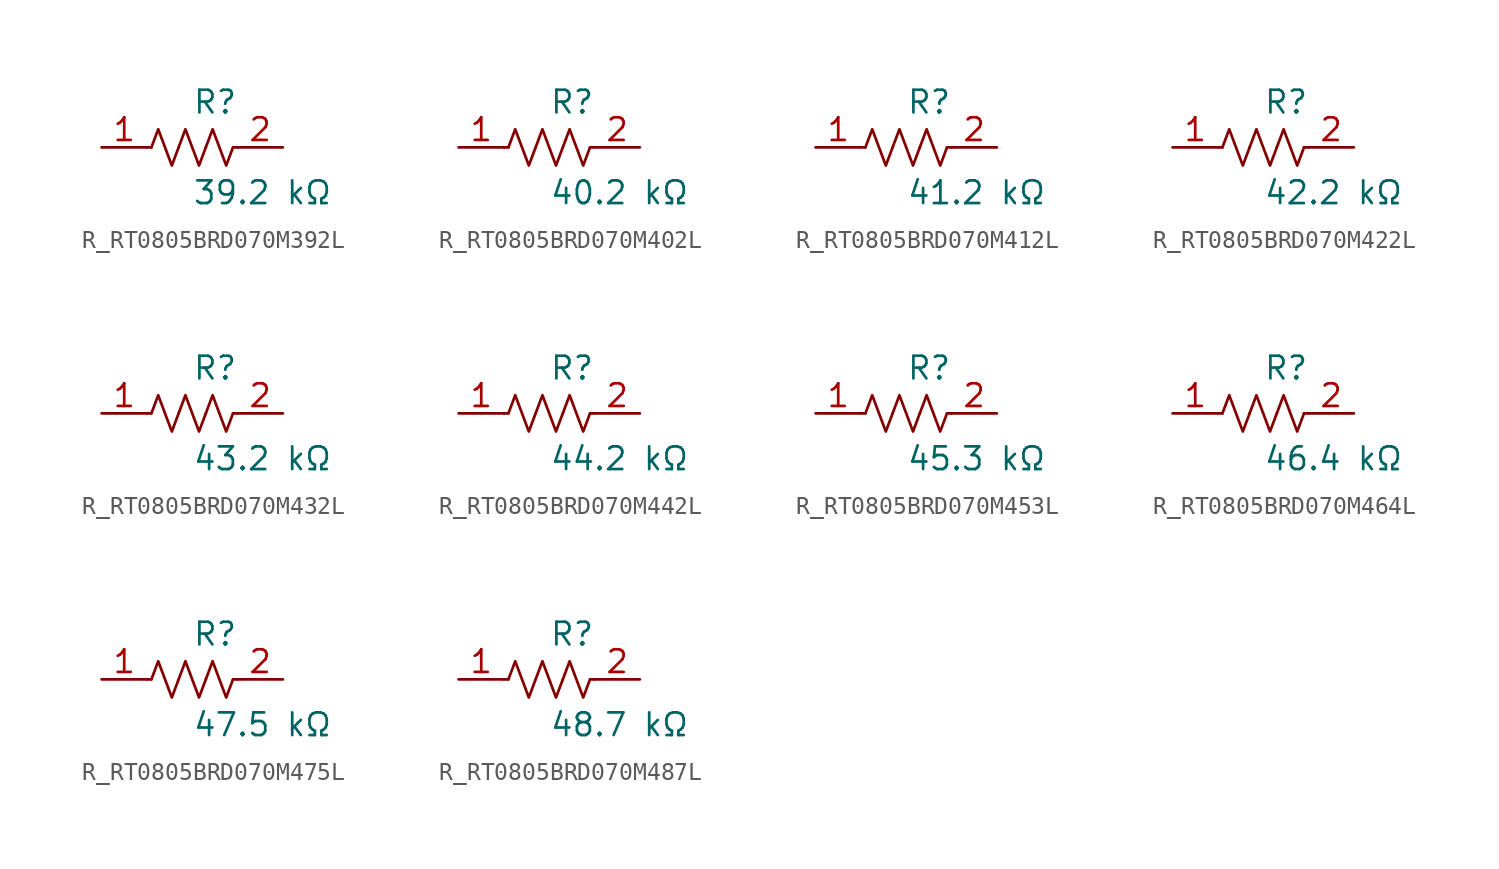
<source format=kicad_sym>
(kicad_symbol_lib
  (version 20231120)
  (generator kicad_symbol_editor)
  (generator_version 8.0)
  (symbol "R_RT0805BRD070M392L"
    (pin_names
      (offset 0.254))
    (property "Reference" "R"
      (at 0.0 2.54 0)
      (effects (font (size 1.27 1.27)) (justify left)))
    (property "Value" "39.2 kΩ"
      (at 0.0 -2.54 0)
      (effects (font (size 1.27 1.27)) (justify left)))
    (symbol "R_RT0805BRD070M392L_0_1"
      (polyline (pts (xy 2.286 0) (xy 2.54 0)) (stroke (width 0) (type default)) (fill (type none)))
      (polyline (pts (xy -2.286 0) (xy -2.54 0)) (stroke (width 0) (type default)) (fill (type none)))
      (polyline (pts (xy 0.762 0) (xy 1.143 1.016) (xy 1.524 0) (xy 1.905 -1.016) (xy 2.286 0)) (stroke (width 0) (type default)) (fill (type none)))
      (polyline (pts (xy -0.762 0) (xy -0.381 1.016) (xy 0 0) (xy 0.381 -1.016) (xy 0.762 0)) (stroke (width 0) (type default)) (fill (type none)))
      (polyline (pts (xy -2.286 0) (xy -1.905 1.016) (xy -1.524 0) (xy -1.143 -1.016) (xy -0.762 0)) (stroke (width 0) (type default)) (fill (type none))))
    (pin unspecified line
      (at -5.08 0 0)
      (length 2.54)
      (name "" (effects (font (size 1.27 1.27))))
      (number "1" (effects (font (size 1.27 1.27)))))
    (pin unspecified line
      (at 5.08 0 180)
      (length 2.54)
      (name "" (effects (font (size 1.27 1.27))))
      (number "2" (effects (font (size 1.27 1.27))))))
  (symbol "R_RT0805BRD070M402L"
    (pin_names
      (offset 0.254))
    (property "Reference" "R"
      (at 0.0 2.54 0)
      (effects (font (size 1.27 1.27)) (justify left)))
    (property "Value" "40.2 kΩ"
      (at 0.0 -2.54 0)
      (effects (font (size 1.27 1.27)) (justify left)))
    (symbol "R_RT0805BRD070M402L_0_1"
      (polyline (pts (xy 2.286 0) (xy 2.54 0)) (stroke (width 0) (type default)) (fill (type none)))
      (polyline (pts (xy -2.286 0) (xy -2.54 0)) (stroke (width 0) (type default)) (fill (type none)))
      (polyline (pts (xy 0.762 0) (xy 1.143 1.016) (xy 1.524 0) (xy 1.905 -1.016) (xy 2.286 0)) (stroke (width 0) (type default)) (fill (type none)))
      (polyline (pts (xy -0.762 0) (xy -0.381 1.016) (xy 0 0) (xy 0.381 -1.016) (xy 0.762 0)) (stroke (width 0) (type default)) (fill (type none)))
      (polyline (pts (xy -2.286 0) (xy -1.905 1.016) (xy -1.524 0) (xy -1.143 -1.016) (xy -0.762 0)) (stroke (width 0) (type default)) (fill (type none))))
    (pin unspecified line
      (at -5.08 0 0)
      (length 2.54)
      (name "" (effects (font (size 1.27 1.27))))
      (number "1" (effects (font (size 1.27 1.27)))))
    (pin unspecified line
      (at 5.08 0 180)
      (length 2.54)
      (name "" (effects (font (size 1.27 1.27))))
      (number "2" (effects (font (size 1.27 1.27))))))
  (symbol "R_RT0805BRD070M412L"
    (pin_names
      (offset 0.254))
    (property "Reference" "R"
      (at 0.0 2.54 0)
      (effects (font (size 1.27 1.27)) (justify left)))
    (property "Value" "41.2 kΩ"
      (at 0.0 -2.54 0)
      (effects (font (size 1.27 1.27)) (justify left)))
    (symbol "R_RT0805BRD070M412L_0_1"
      (polyline (pts (xy 2.286 0) (xy 2.54 0)) (stroke (width 0) (type default)) (fill (type none)))
      (polyline (pts (xy -2.286 0) (xy -2.54 0)) (stroke (width 0) (type default)) (fill (type none)))
      (polyline (pts (xy 0.762 0) (xy 1.143 1.016) (xy 1.524 0) (xy 1.905 -1.016) (xy 2.286 0)) (stroke (width 0) (type default)) (fill (type none)))
      (polyline (pts (xy -0.762 0) (xy -0.381 1.016) (xy 0 0) (xy 0.381 -1.016) (xy 0.762 0)) (stroke (width 0) (type default)) (fill (type none)))
      (polyline (pts (xy -2.286 0) (xy -1.905 1.016) (xy -1.524 0) (xy -1.143 -1.016) (xy -0.762 0)) (stroke (width 0) (type default)) (fill (type none))))
    (pin unspecified line
      (at -5.08 0 0)
      (length 2.54)
      (name "" (effects (font (size 1.27 1.27))))
      (number "1" (effects (font (size 1.27 1.27)))))
    (pin unspecified line
      (at 5.08 0 180)
      (length 2.54)
      (name "" (effects (font (size 1.27 1.27))))
      (number "2" (effects (font (size 1.27 1.27))))))
  (symbol "R_RT0805BRD070M422L"
    (pin_names
      (offset 0.254))
    (property "Reference" "R"
      (at 0.0 2.54 0)
      (effects (font (size 1.27 1.27)) (justify left)))
    (property "Value" "42.2 kΩ"
      (at 0.0 -2.54 0)
      (effects (font (size 1.27 1.27)) (justify left)))
    (symbol "R_RT0805BRD070M422L_0_1"
      (polyline (pts (xy 2.286 0) (xy 2.54 0)) (stroke (width 0) (type default)) (fill (type none)))
      (polyline (pts (xy -2.286 0) (xy -2.54 0)) (stroke (width 0) (type default)) (fill (type none)))
      (polyline (pts (xy 0.762 0) (xy 1.143 1.016) (xy 1.524 0) (xy 1.905 -1.016) (xy 2.286 0)) (stroke (width 0) (type default)) (fill (type none)))
      (polyline (pts (xy -0.762 0) (xy -0.381 1.016) (xy 0 0) (xy 0.381 -1.016) (xy 0.762 0)) (stroke (width 0) (type default)) (fill (type none)))
      (polyline (pts (xy -2.286 0) (xy -1.905 1.016) (xy -1.524 0) (xy -1.143 -1.016) (xy -0.762 0)) (stroke (width 0) (type default)) (fill (type none))))
    (pin unspecified line
      (at -5.08 0 0)
      (length 2.54)
      (name "" (effects (font (size 1.27 1.27))))
      (number "1" (effects (font (size 1.27 1.27)))))
    (pin unspecified line
      (at 5.08 0 180)
      (length 2.54)
      (name "" (effects (font (size 1.27 1.27))))
      (number "2" (effects (font (size 1.27 1.27))))))
  (symbol "R_RT0805BRD070M432L"
    (pin_names
      (offset 0.254))
    (property "Reference" "R"
      (at 0.0 2.54 0)
      (effects (font (size 1.27 1.27)) (justify left)))
    (property "Value" "43.2 kΩ"
      (at 0.0 -2.54 0)
      (effects (font (size 1.27 1.27)) (justify left)))
    (symbol "R_RT0805BRD070M432L_0_1"
      (polyline (pts (xy 2.286 0) (xy 2.54 0)) (stroke (width 0) (type default)) (fill (type none)))
      (polyline (pts (xy -2.286 0) (xy -2.54 0)) (stroke (width 0) (type default)) (fill (type none)))
      (polyline (pts (xy 0.762 0) (xy 1.143 1.016) (xy 1.524 0) (xy 1.905 -1.016) (xy 2.286 0)) (stroke (width 0) (type default)) (fill (type none)))
      (polyline (pts (xy -0.762 0) (xy -0.381 1.016) (xy 0 0) (xy 0.381 -1.016) (xy 0.762 0)) (stroke (width 0) (type default)) (fill (type none)))
      (polyline (pts (xy -2.286 0) (xy -1.905 1.016) (xy -1.524 0) (xy -1.143 -1.016) (xy -0.762 0)) (stroke (width 0) (type default)) (fill (type none))))
    (pin unspecified line
      (at -5.08 0 0)
      (length 2.54)
      (name "" (effects (font (size 1.27 1.27))))
      (number "1" (effects (font (size 1.27 1.27)))))
    (pin unspecified line
      (at 5.08 0 180)
      (length 2.54)
      (name "" (effects (font (size 1.27 1.27))))
      (number "2" (effects (font (size 1.27 1.27))))))
  (symbol "R_RT0805BRD070M442L"
    (pin_names
      (offset 0.254))
    (property "Reference" "R"
      (at 0.0 2.54 0)
      (effects (font (size 1.27 1.27)) (justify left)))
    (property "Value" "44.2 kΩ"
      (at 0.0 -2.54 0)
      (effects (font (size 1.27 1.27)) (justify left)))
    (symbol "R_RT0805BRD070M442L_0_1"
      (polyline (pts (xy 2.286 0) (xy 2.54 0)) (stroke (width 0) (type default)) (fill (type none)))
      (polyline (pts (xy -2.286 0) (xy -2.54 0)) (stroke (width 0) (type default)) (fill (type none)))
      (polyline (pts (xy 0.762 0) (xy 1.143 1.016) (xy 1.524 0) (xy 1.905 -1.016) (xy 2.286 0)) (stroke (width 0) (type default)) (fill (type none)))
      (polyline (pts (xy -0.762 0) (xy -0.381 1.016) (xy 0 0) (xy 0.381 -1.016) (xy 0.762 0)) (stroke (width 0) (type default)) (fill (type none)))
      (polyline (pts (xy -2.286 0) (xy -1.905 1.016) (xy -1.524 0) (xy -1.143 -1.016) (xy -0.762 0)) (stroke (width 0) (type default)) (fill (type none))))
    (pin unspecified line
      (at -5.08 0 0)
      (length 2.54)
      (name "" (effects (font (size 1.27 1.27))))
      (number "1" (effects (font (size 1.27 1.27)))))
    (pin unspecified line
      (at 5.08 0 180)
      (length 2.54)
      (name "" (effects (font (size 1.27 1.27))))
      (number "2" (effects (font (size 1.27 1.27))))))
  (symbol "R_RT0805BRD070M453L"
    (pin_names
      (offset 0.254))
    (property "Reference" "R"
      (at 0.0 2.54 0)
      (effects (font (size 1.27 1.27)) (justify left)))
    (property "Value" "45.3 kΩ"
      (at 0.0 -2.54 0)
      (effects (font (size 1.27 1.27)) (justify left)))
    (symbol "R_RT0805BRD070M453L_0_1"
      (polyline (pts (xy 2.286 0) (xy 2.54 0)) (stroke (width 0) (type default)) (fill (type none)))
      (polyline (pts (xy -2.286 0) (xy -2.54 0)) (stroke (width 0) (type default)) (fill (type none)))
      (polyline (pts (xy 0.762 0) (xy 1.143 1.016) (xy 1.524 0) (xy 1.905 -1.016) (xy 2.286 0)) (stroke (width 0) (type default)) (fill (type none)))
      (polyline (pts (xy -0.762 0) (xy -0.381 1.016) (xy 0 0) (xy 0.381 -1.016) (xy 0.762 0)) (stroke (width 0) (type default)) (fill (type none)))
      (polyline (pts (xy -2.286 0) (xy -1.905 1.016) (xy -1.524 0) (xy -1.143 -1.016) (xy -0.762 0)) (stroke (width 0) (type default)) (fill (type none))))
    (pin unspecified line
      (at -5.08 0 0)
      (length 2.54)
      (name "" (effects (font (size 1.27 1.27))))
      (number "1" (effects (font (size 1.27 1.27)))))
    (pin unspecified line
      (at 5.08 0 180)
      (length 2.54)
      (name "" (effects (font (size 1.27 1.27))))
      (number "2" (effects (font (size 1.27 1.27))))))
  (symbol "R_RT0805BRD070M464L"
    (pin_names
      (offset 0.254))
    (property "Reference" "R"
      (at 0.0 2.54 0)
      (effects (font (size 1.27 1.27)) (justify left)))
    (property "Value" "46.4 kΩ"
      (at 0.0 -2.54 0)
      (effects (font (size 1.27 1.27)) (justify left)))
    (symbol "R_RT0805BRD070M464L_0_1"
      (polyline (pts (xy 2.286 0) (xy 2.54 0)) (stroke (width 0) (type default)) (fill (type none)))
      (polyline (pts (xy -2.286 0) (xy -2.54 0)) (stroke (width 0) (type default)) (fill (type none)))
      (polyline (pts (xy 0.762 0) (xy 1.143 1.016) (xy 1.524 0) (xy 1.905 -1.016) (xy 2.286 0)) (stroke (width 0) (type default)) (fill (type none)))
      (polyline (pts (xy -0.762 0) (xy -0.381 1.016) (xy 0 0) (xy 0.381 -1.016) (xy 0.762 0)) (stroke (width 0) (type default)) (fill (type none)))
      (polyline (pts (xy -2.286 0) (xy -1.905 1.016) (xy -1.524 0) (xy -1.143 -1.016) (xy -0.762 0)) (stroke (width 0) (type default)) (fill (type none))))
    (pin unspecified line
      (at -5.08 0 0)
      (length 2.54)
      (name "" (effects (font (size 1.27 1.27))))
      (number "1" (effects (font (size 1.27 1.27)))))
    (pin unspecified line
      (at 5.08 0 180)
      (length 2.54)
      (name "" (effects (font (size 1.27 1.27))))
      (number "2" (effects (font (size 1.27 1.27))))))
  (symbol "R_RT0805BRD070M475L"
    (pin_names
      (offset 0.254))
    (property "Reference" "R"
      (at 0.0 2.54 0)
      (effects (font (size 1.27 1.27)) (justify left)))
    (property "Value" "47.5 kΩ"
      (at 0.0 -2.54 0)
      (effects (font (size 1.27 1.27)) (justify left)))
    (symbol "R_RT0805BRD070M475L_0_1"
      (polyline (pts (xy 2.286 0) (xy 2.54 0)) (stroke (width 0) (type default)) (fill (type none)))
      (polyline (pts (xy -2.286 0) (xy -2.54 0)) (stroke (width 0) (type default)) (fill (type none)))
      (polyline (pts (xy 0.762 0) (xy 1.143 1.016) (xy 1.524 0) (xy 1.905 -1.016) (xy 2.286 0)) (stroke (width 0) (type default)) (fill (type none)))
      (polyline (pts (xy -0.762 0) (xy -0.381 1.016) (xy 0 0) (xy 0.381 -1.016) (xy 0.762 0)) (stroke (width 0) (type default)) (fill (type none)))
      (polyline (pts (xy -2.286 0) (xy -1.905 1.016) (xy -1.524 0) (xy -1.143 -1.016) (xy -0.762 0)) (stroke (width 0) (type default)) (fill (type none))))
    (pin unspecified line
      (at -5.08 0 0)
      (length 2.54)
      (name "" (effects (font (size 1.27 1.27))))
      (number "1" (effects (font (size 1.27 1.27)))))
    (pin unspecified line
      (at 5.08 0 180)
      (length 2.54)
      (name "" (effects (font (size 1.27 1.27))))
      (number "2" (effects (font (size 1.27 1.27))))))
  (symbol "R_RT0805BRD070M487L"
    (pin_names
      (offset 0.254))
    (property "Reference" "R"
      (at 0.0 2.54 0)
      (effects (font (size 1.27 1.27)) (justify left)))
    (property "Value" "48.7 kΩ"
      (at 0.0 -2.54 0)
      (effects (font (size 1.27 1.27)) (justify left)))
    (symbol "R_RT0805BRD070M487L_0_1"
      (polyline (pts (xy 2.286 0) (xy 2.54 0)) (stroke (width 0) (type default)) (fill (type none)))
      (polyline (pts (xy -2.286 0) (xy -2.54 0)) (stroke (width 0) (type default)) (fill (type none)))
      (polyline (pts (xy 0.762 0) (xy 1.143 1.016) (xy 1.524 0) (xy 1.905 -1.016) (xy 2.286 0)) (stroke (width 0) (type default)) (fill (type none)))
      (polyline (pts (xy -0.762 0) (xy -0.381 1.016) (xy 0 0) (xy 0.381 -1.016) (xy 0.762 0)) (stroke (width 0) (type default)) (fill (type none)))
      (polyline (pts (xy -2.286 0) (xy -1.905 1.016) (xy -1.524 0) (xy -1.143 -1.016) (xy -0.762 0)) (stroke (width 0) (type default)) (fill (type none))))
    (pin unspecified line
      (at -5.08 0 0)
      (length 2.54)
      (name "" (effects (font (size 1.27 1.27))))
      (number "1" (effects (font (size 1.27 1.27)))))
    (pin unspecified line
      (at 5.08 0 180)
      (length 2.54)
      (name "" (effects (font (size 1.27 1.27))))
      (number "2" (effects (font (size 1.27 1.27)))))))
</source>
